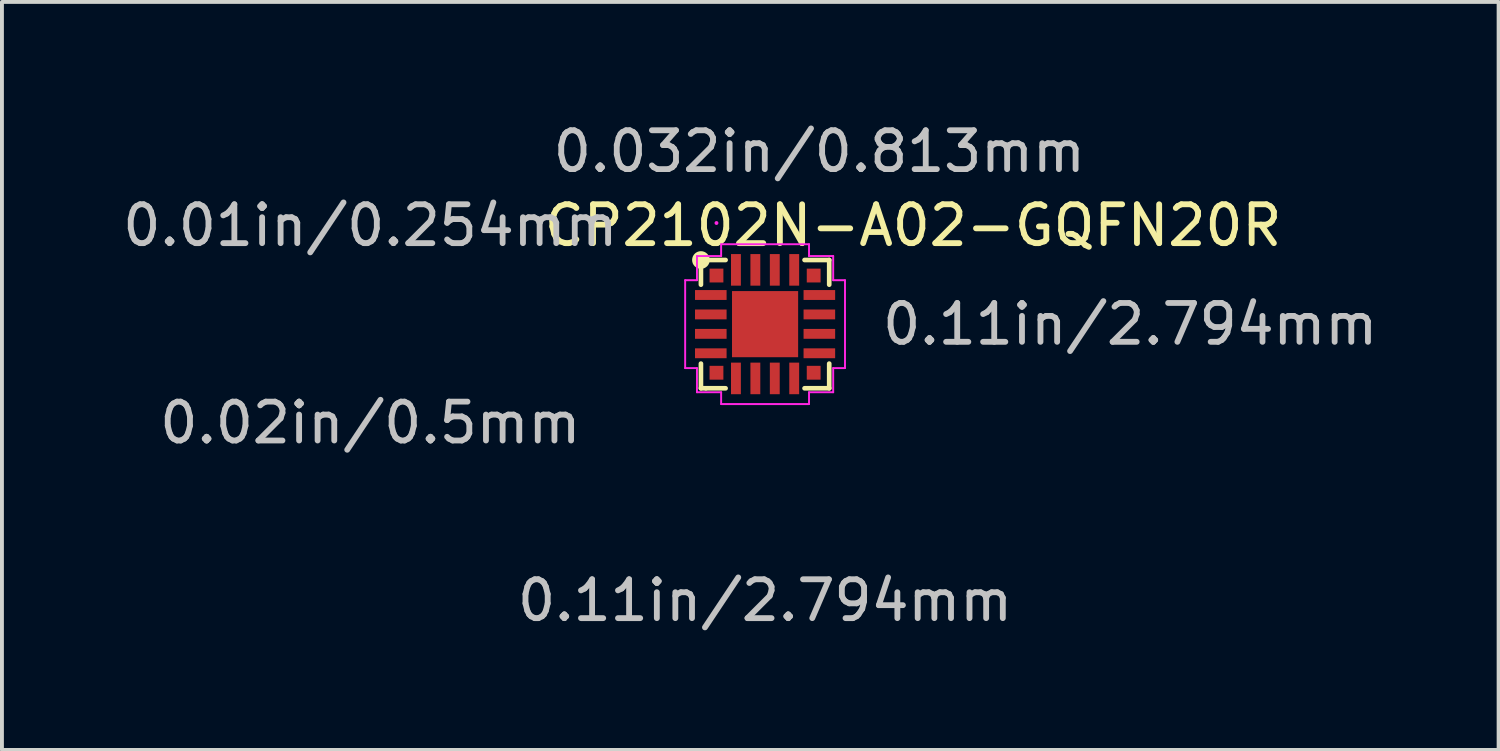
<source format=kicad_pcb>
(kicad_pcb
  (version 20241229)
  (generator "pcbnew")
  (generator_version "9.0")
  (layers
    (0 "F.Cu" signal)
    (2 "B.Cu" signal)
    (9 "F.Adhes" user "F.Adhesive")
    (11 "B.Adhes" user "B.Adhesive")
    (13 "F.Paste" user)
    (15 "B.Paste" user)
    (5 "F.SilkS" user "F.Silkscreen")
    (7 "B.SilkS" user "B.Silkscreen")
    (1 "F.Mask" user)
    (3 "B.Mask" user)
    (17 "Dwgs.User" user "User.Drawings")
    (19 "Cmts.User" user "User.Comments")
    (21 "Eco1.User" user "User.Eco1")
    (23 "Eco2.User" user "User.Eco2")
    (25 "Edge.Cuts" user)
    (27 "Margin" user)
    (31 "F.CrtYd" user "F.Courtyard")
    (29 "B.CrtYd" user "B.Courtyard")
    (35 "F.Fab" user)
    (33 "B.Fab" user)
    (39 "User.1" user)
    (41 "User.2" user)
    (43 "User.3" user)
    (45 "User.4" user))
  (footprint "CP2102N-A02-GQFN20R"
    (layer "F.Cu")
    (at 16.642 5.293)
    (property "Reference" "CP2102N-A02-GQFN20R" (at 3.81 -2.54 0) (layer "F.SilkS") (effects (font (size 1 1) (thickness 0.15))))
    (attr through_hole)
    (fp_line (start -1.651 -1.651) (end -1.651 -1.016) (stroke (width 0.12) (type solid)) (layer "F.SilkS"))
    (fp_line (start -1.651 1.651) (end -1.651 1.016) (stroke (width 0.12) (type solid)) (layer "F.SilkS"))
    (fp_line (start -1.524 1.651) (end -1.651 1.651) (stroke (width 0.12) (type solid)) (layer "F.SilkS"))
    (fp_line (start -1.016 -1.651) (end -1.651 -1.651) (stroke (width 0.12) (type solid)) (layer "F.SilkS"))
    (fp_line (start -1.016 1.651) (end -1.524 1.651) (stroke (width 0.12) (type solid)) (layer "F.SilkS"))
    (fp_line (start 1.651 -1.651) (end 1.016 -1.651) (stroke (width 0.12) (type solid)) (layer "F.SilkS"))
    (fp_line (start 1.651 -1.016) (end 1.651 -1.651) (stroke (width 0.12) (type solid)) (layer "F.SilkS"))
    (fp_line (start 1.651 1.016) (end 1.651 1.651) (stroke (width 0.12) (type solid)) (layer "F.SilkS"))
    (fp_line (start 1.651 1.651) (end 1.016 1.651) (stroke (width 0.12) (type solid)) (layer "F.SilkS"))
    (fp_circle (center -1.651 -1.651) (end -1.524 -1.651) (stroke (width 0.2) (type solid)) (fill no) (layer "F.SilkS"))
    (fp_line (start -2.057 -1.131) (end -1.753 -1.131) (stroke (width 0.05) (type solid)) (layer "F.CrtYd"))
    (fp_line (start -2.057 1.131) (end -2.057 -1.131) (stroke (width 0.05) (type solid)) (layer "F.CrtYd"))
    (fp_line (start -1.753 -1.753) (end -1.131 -1.753) (stroke (width 0.05) (type solid)) (layer "F.CrtYd"))
    (fp_line (start -1.753 -1.131) (end -1.753 -1.753) (stroke (width 0.05) (type solid)) (layer "F.CrtYd"))
    (fp_line (start -1.753 1.131) (end -2.057 1.131) (stroke (width 0.05) (type solid)) (layer "F.CrtYd"))
    (fp_line (start -1.753 1.753) (end -1.753 1.131) (stroke (width 0.05) (type solid)) (layer "F.CrtYd"))
    (fp_line (start -1.131 -2.057) (end 1.131 -2.057) (stroke (width 0.05) (type solid)) (layer "F.CrtYd"))
    (fp_line (start -1.131 -1.753) (end -1.131 -2.057) (stroke (width 0.05) (type solid)) (layer "F.CrtYd"))
    (fp_line (start -1.131 1.753) (end -1.753 1.753) (stroke (width 0.05) (type solid)) (layer "F.CrtYd"))
    (fp_line (start -1.131 2.057) (end -1.131 1.753) (stroke (width 0.05) (type solid)) (layer "F.CrtYd"))
    (fp_line (start 1.131 -2.057) (end 1.131 -1.753) (stroke (width 0.05) (type solid)) (layer "F.CrtYd"))
    (fp_line (start 1.131 -1.753) (end 1.753 -1.753) (stroke (width 0.05) (type solid)) (layer "F.CrtYd"))
    (fp_line (start 1.131 1.753) (end 1.131 2.057) (stroke (width 0.05) (type solid)) (layer "F.CrtYd"))
    (fp_line (start 1.131 2.057) (end -1.131 2.057) (stroke (width 0.05) (type solid)) (layer "F.CrtYd"))
    (fp_line (start 1.753 -1.753) (end 1.753 -1.131) (stroke (width 0.05) (type solid)) (layer "F.CrtYd"))
    (fp_line (start 1.753 -1.131) (end 2.057 -1.131) (stroke (width 0.05) (type solid)) (layer "F.CrtYd"))
    (fp_line (start 1.753 1.131) (end 1.753 1.753) (stroke (width 0.05) (type solid)) (layer "F.CrtYd"))
    (fp_line (start 1.753 1.753) (end 1.131 1.753) (stroke (width 0.05) (type solid)) (layer "F.CrtYd"))
    (fp_line (start 2.057 -1.131) (end 2.057 1.131) (stroke (width 0.05) (type solid)) (layer "F.CrtYd"))
    (fp_line (start 2.057 1.131) (end 1.753 1.131) (stroke (width 0.05) (type solid)) (layer "F.CrtYd"))
    (fp_circle (center -1.251 -2.603) (end -1.251 -2.603) (stroke (width 0.05) (type solid)) (fill no) (layer "F.CrtYd"))
    (fp_text user "0.01in/0.254mm" (at -10.16 -2.54 0) (layer "Dwgs.User") (effects (font (size 1 1) (thickness 0.15))))
    (fp_text user "0.11in/2.794mm" (at 0 7.112 0) (layer "Dwgs.User") (effects (font (size 1 1) (thickness 0.15))))
    (fp_text user "0.11in/2.794mm" (at 9.398 0 0) (layer "Dwgs.User") (effects (font (size 1 1) (thickness 0.15))))
    (fp_text user "0.032in/0.813mm" (at 1.397 -4.445 0) (layer "Dwgs.User") (effects (font (size 1 1) (thickness 0.15))))
    (fp_text user "0.02in/0.5mm" (at -10.16 2.54 0) (layer "Dwgs.User") (effects (font (size 1 1) (thickness 0.15))))
    (pad "1" smd rect (at -1.251 -1.251) (size 0.356 0.356) (layers "F.Cu" "F.Mask" "F.Paste"))
    (pad "2" smd rect (at -1.397 -0.75 90) (size 0.254 0.813) (layers "F.Cu" "F.Mask" "F.Paste"))
    (pad "3" smd rect (at -1.397 -0.25 90) (size 0.254 0.813) (layers "F.Cu" "F.Mask" "F.Paste"))
    (pad "4" smd rect (at -1.397 0.25 90) (size 0.254 0.813) (layers "F.Cu" "F.Mask" "F.Paste"))
    (pad "5" smd rect (at -1.397 0.75 90) (size 0.254 0.813) (layers "F.Cu" "F.Mask" "F.Paste"))
    (pad "6" smd rect (at -1.251 1.251) (size 0.356 0.356) (layers "F.Cu" "F.Mask" "F.Paste"))
    (pad "7" smd rect (at -0.75 1.397) (size 0.254 0.813) (layers "F.Cu" "F.Mask" "F.Paste"))
    (pad "8" smd rect (at -0.25 1.397) (size 0.254 0.813) (layers "F.Cu" "F.Mask" "F.Paste"))
    (pad "9" smd rect (at 0.25 1.397) (size 0.254 0.813) (layers "F.Cu" "F.Mask" "F.Paste"))
    (pad "10" smd rect (at 0.75 1.397) (size 0.254 0.813) (layers "F.Cu" "F.Mask" "F.Paste"))
    (pad "11" smd rect (at 1.251 1.251) (size 0.356 0.356) (layers "F.Cu" "F.Mask" "F.Paste"))
    (pad "12" smd rect (at 1.397 0.75 90) (size 0.254 0.813) (layers "F.Cu" "F.Mask" "F.Paste"))
    (pad "13" smd rect (at 1.397 0.25 90) (size 0.254 0.813) (layers "F.Cu" "F.Mask" "F.Paste"))
    (pad "14" smd rect (at 1.397 -0.25 90) (size 0.254 0.813) (layers "F.Cu" "F.Mask" "F.Paste"))
    (pad "15" smd rect (at 1.397 -0.75 90) (size 0.254 0.813) (layers "F.Cu" "F.Mask" "F.Paste"))
    (pad "16" smd rect (at 1.251 -1.251) (size 0.356 0.356) (layers "F.Cu" "F.Mask" "F.Paste"))
    (pad "17" smd rect (at 0.75 -1.397) (size 0.254 0.813) (layers "F.Cu" "F.Mask" "F.Paste"))
    (pad "18" smd rect (at 0.25 -1.397) (size 0.254 0.813) (layers "F.Cu" "F.Mask" "F.Paste"))
    (pad "19" smd rect (at -0.25 -1.397) (size 0.254 0.813) (layers "F.Cu" "F.Mask" "F.Paste"))
    (pad "20" smd rect (at -0.75 -1.397) (size 0.254 0.813) (layers "F.Cu" "F.Mask" "F.Paste"))
    (pad "21" smd rect (at 0 0) (size 1.702 1.702) (layers "F.Cu" "F.Mask" "F.Paste")))
  (gr_rect
    (start -3 -3)
    (end 35.522 16.253)
    (stroke (width 0.1) (type default))
    (fill no)
    (layer "Edge.Cuts")))
</source>
